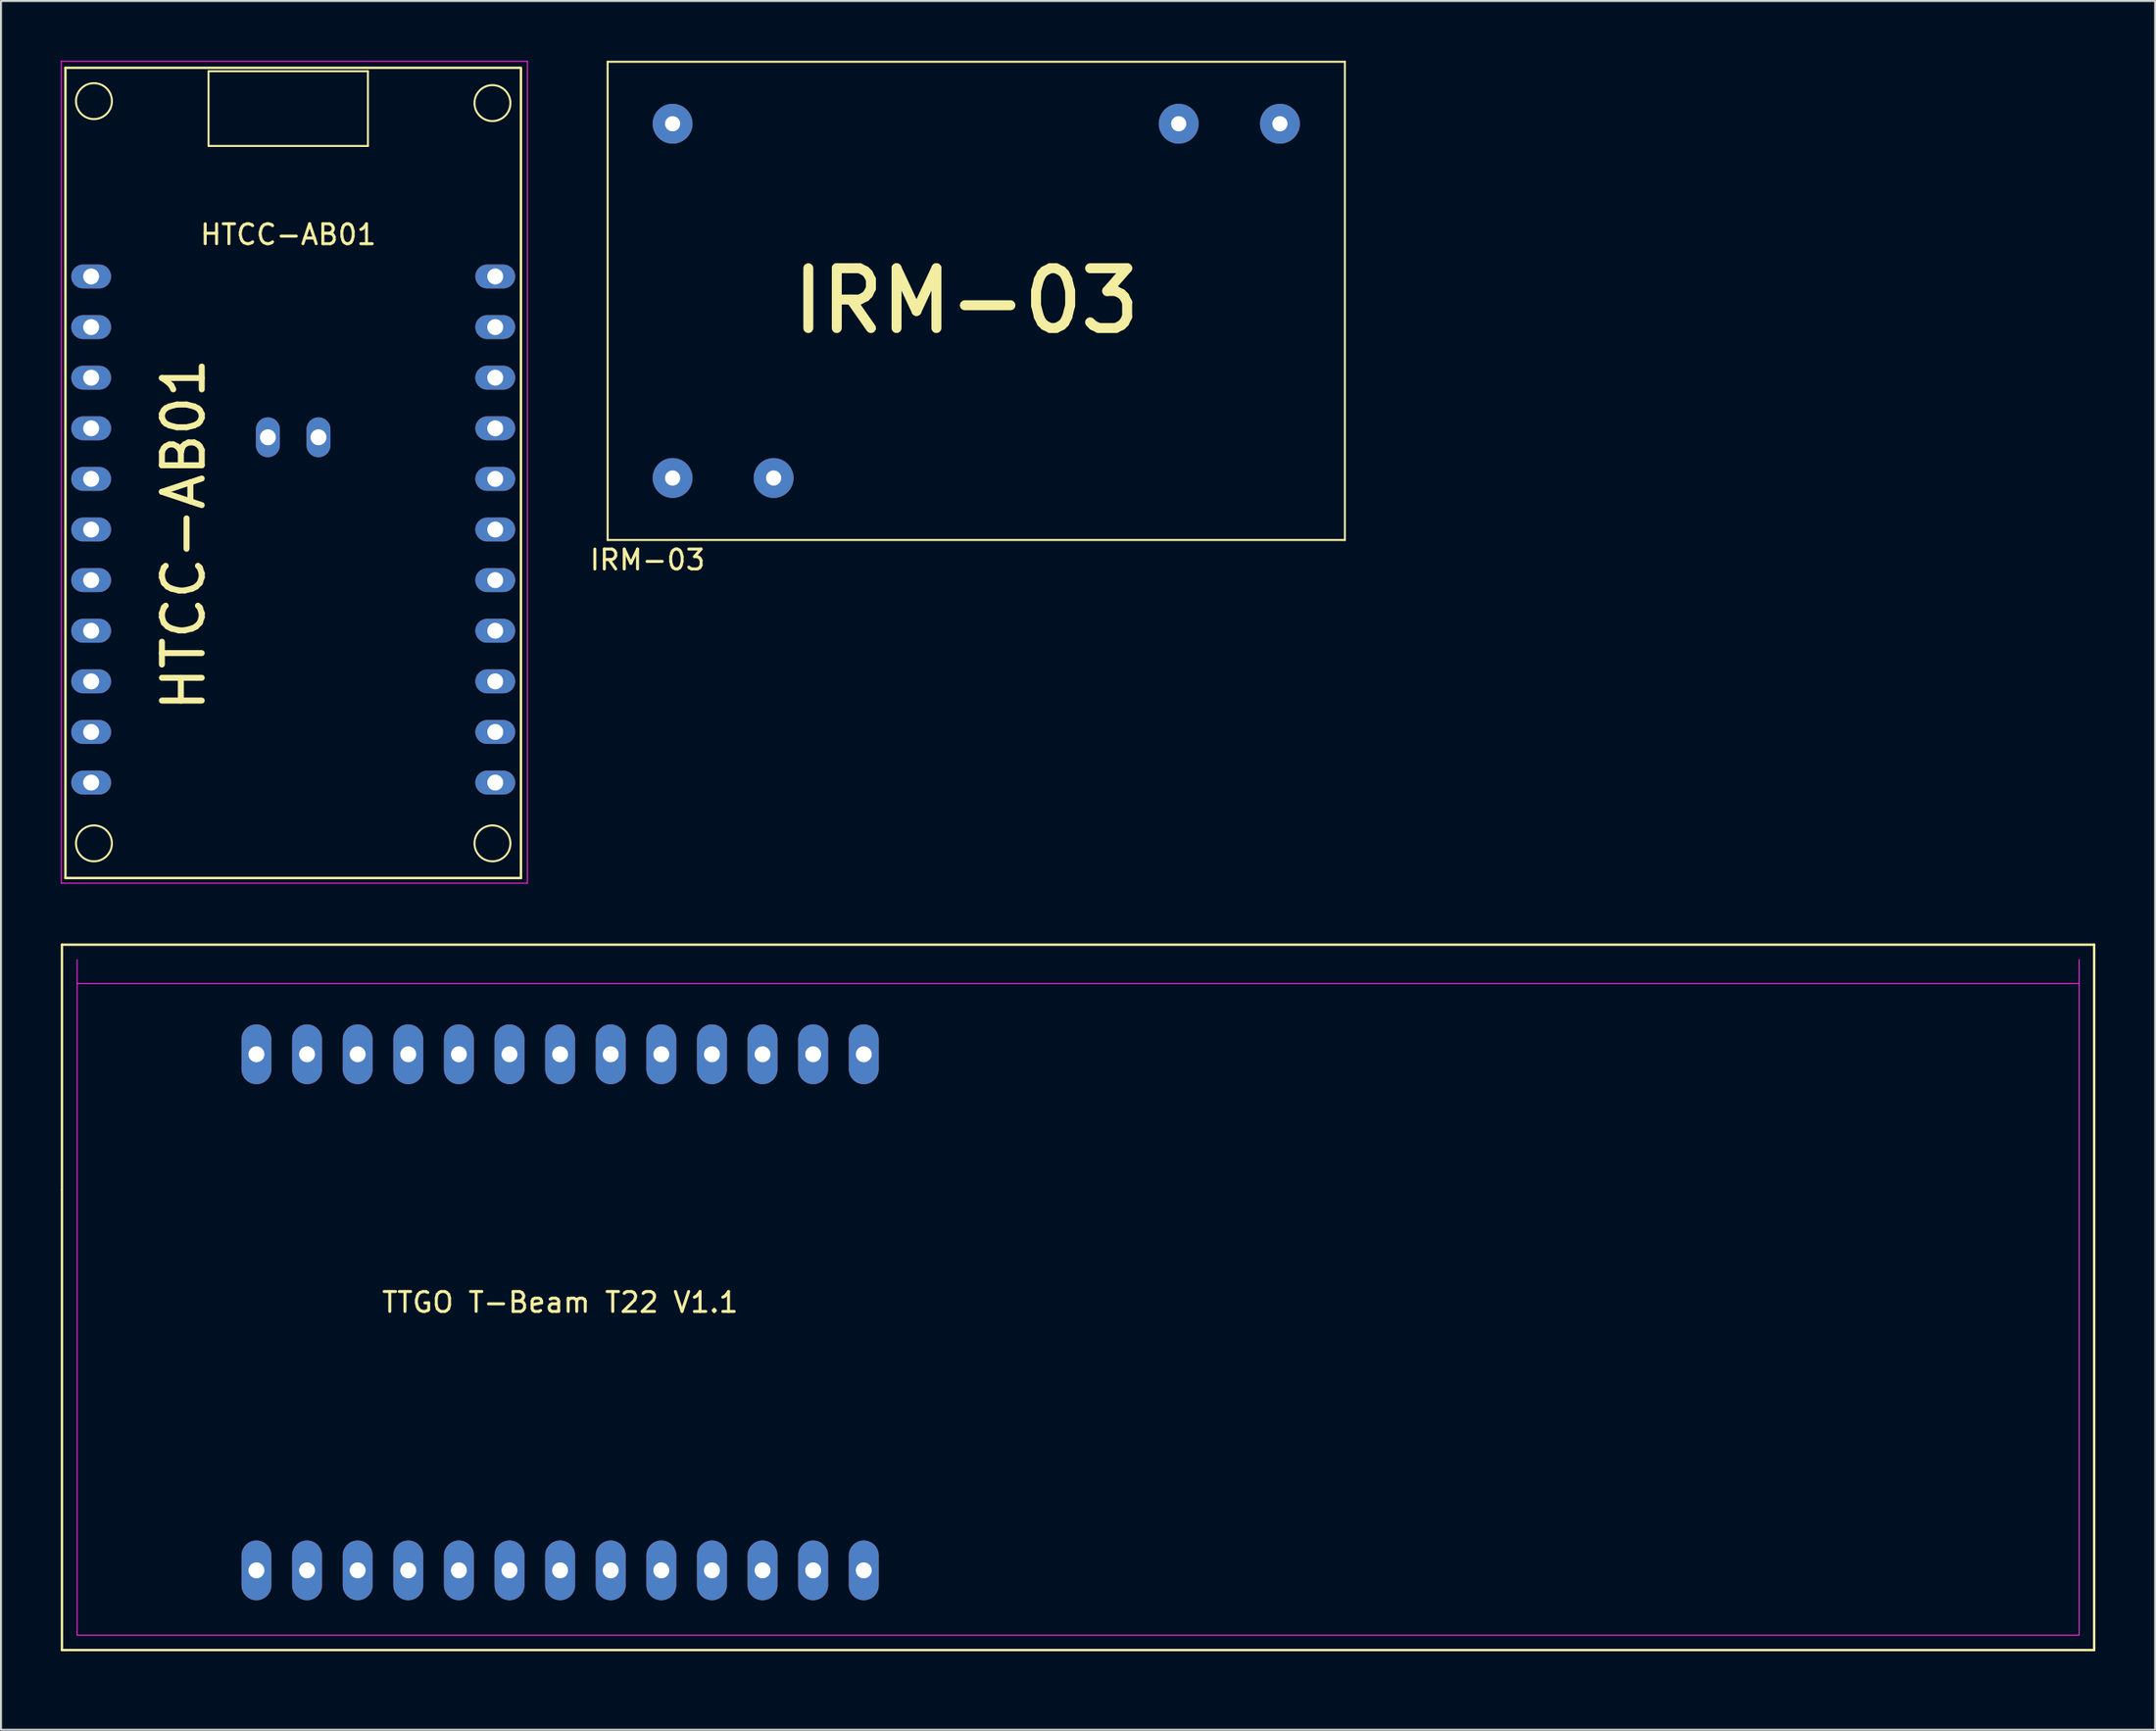
<source format=kicad_pcb>
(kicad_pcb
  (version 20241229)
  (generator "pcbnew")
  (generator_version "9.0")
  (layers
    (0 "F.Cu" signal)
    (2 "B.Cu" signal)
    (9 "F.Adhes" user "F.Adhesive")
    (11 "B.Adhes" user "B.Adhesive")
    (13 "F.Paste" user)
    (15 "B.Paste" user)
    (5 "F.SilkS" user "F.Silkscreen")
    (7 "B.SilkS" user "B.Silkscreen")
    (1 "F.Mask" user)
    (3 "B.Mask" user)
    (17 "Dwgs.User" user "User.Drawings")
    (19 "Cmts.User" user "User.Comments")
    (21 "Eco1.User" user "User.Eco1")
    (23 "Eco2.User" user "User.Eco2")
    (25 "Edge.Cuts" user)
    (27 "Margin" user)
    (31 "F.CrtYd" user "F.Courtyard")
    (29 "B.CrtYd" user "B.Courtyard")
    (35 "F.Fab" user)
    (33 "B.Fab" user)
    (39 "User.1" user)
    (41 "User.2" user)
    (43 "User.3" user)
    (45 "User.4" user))
  (footprint "TTGO T-Beam T22 V1.1"
    (layer "F.Cu")
    (at 0.82 80.51)
    (property "Reference" "TTGO T-Beam T22 V1.1" (at 24.24 -18.2 0) (unlocked yes) (layer "F.SilkS") (effects (font (size 1 1) (thickness 0.15))))
    (attr through_hole)
    (fp_line (start -0.76 -36.15) (end -0.76 -23.85) (stroke (width 0.12) (type default)) (layer "F.SilkS"))
    (fp_line (start -0.76 -23.85) (end -0.76 -0.75) (stroke (width 0.12) (type default)) (layer "F.SilkS"))
    (fp_line (start -0.76 -0.75) (end 101.23 -0.75) (stroke (width 0.12) (type default)) (layer "F.SilkS"))
    (fp_line (start 101.23 -36.15) (end -0.76 -36.15) (stroke (width 0.12) (type default)) (layer "F.SilkS"))
    (fp_line (start 101.23 -0.75) (end 101.23 -36.15) (stroke (width 0.12) (type default)) (layer "F.SilkS"))
    (fp_line (start 0 -1.5) (end 0 -35.4) (stroke (width 0.05) (type default)) (layer "F.CrtYd"))
    (fp_line (start 0 -1.5) (end 100.48 -1.5) (stroke (width 0.05) (type default)) (layer "F.CrtYd"))
    (fp_line (start 100.48 -35.4) (end 100.48 -1.5) (stroke (width 0.05) (type default)) (layer "F.CrtYd"))
    (fp_line (start 100.48 -34.2) (end 0 -34.2) (stroke (width 0.05) (type default)) (layer "F.CrtYd"))
    (pad "1" thru_hole oval (at 9 -30.65) (size 1.5 3) (drill 0.8) (layers "*.Cu" "*.Mask"))
    (pad "2" thru_hole oval (at 11.54 -30.65) (size 1.5 3) (drill 0.8) (layers "*.Cu" "*.Mask"))
    (pad "3" thru_hole oval (at 14.08 -30.65) (size 1.5 3) (drill 0.8) (layers "*.Cu" "*.Mask"))
    (pad "4" thru_hole oval (at 16.62 -30.65) (size 1.5 3) (drill 0.8) (layers "*.Cu" "*.Mask"))
    (pad "5" thru_hole oval (at 19.16 -30.65) (size 1.5 3) (drill 0.8) (layers "*.Cu" "*.Mask"))
    (pad "6" thru_hole oval (at 21.7 -30.65) (size 1.5 3) (drill 0.8) (layers "*.Cu" "*.Mask"))
    (pad "7" thru_hole oval (at 24.24 -30.65) (size 1.5 3) (drill 0.8) (layers "*.Cu" "*.Mask"))
    (pad "8" thru_hole oval (at 26.78 -30.65) (size 1.5 3) (drill 0.8) (layers "*.Cu" "*.Mask"))
    (pad "9" thru_hole oval (at 29.32 -30.65) (size 1.5 3) (drill 0.8) (layers "*.Cu" "*.Mask"))
    (pad "10" thru_hole oval (at 31.86 -30.65) (size 1.5 3) (drill 0.8) (layers "*.Cu" "*.Mask"))
    (pad "11" thru_hole oval (at 34.4 -30.65) (size 1.5 3) (drill 0.8) (layers "*.Cu" "*.Mask"))
    (pad "12" thru_hole oval (at 36.94 -30.65) (size 1.5 3) (drill 0.8) (layers "*.Cu" "*.Mask"))
    (pad "13" thru_hole oval (at 39.48 -30.65) (size 1.5 3) (drill 0.8) (layers "*.Cu" "*.Mask"))
    (pad "14" thru_hole oval (at 39.48 -4.75) (size 1.5 3) (drill 0.8) (layers "*.Cu" "*.Mask"))
    (pad "15" thru_hole oval (at 36.94 -4.75) (size 1.5 3) (drill 0.8) (layers "*.Cu" "*.Mask"))
    (pad "16" thru_hole oval (at 34.4 -4.75) (size 1.5 3) (drill 0.8) (layers "*.Cu" "*.Mask"))
    (pad "17" thru_hole oval (at 31.86 -4.75) (size 1.5 3) (drill 0.8) (layers "*.Cu" "*.Mask"))
    (pad "18" thru_hole oval (at 29.32 -4.75) (size 1.5 3) (drill 0.8) (layers "*.Cu" "*.Mask"))
    (pad "19" thru_hole oval (at 26.78 -4.75) (size 1.5 3) (drill 0.8) (layers "*.Cu" "*.Mask"))
    (pad "20" thru_hole oval (at 24.24 -4.75) (size 1.5 3) (drill 0.8) (layers "*.Cu" "*.Mask"))
    (pad "21" thru_hole oval (at 21.7 -4.75) (size 1.5 3) (drill 0.8) (layers "*.Cu" "*.Mask"))
    (pad "22" thru_hole oval (at 19.16 -4.75) (size 1.5 3) (drill 0.8) (layers "*.Cu" "*.Mask"))
    (pad "23" thru_hole oval (at 16.62 -4.75) (size 1.5 3) (drill 0.8) (layers "*.Cu" "*.Mask"))
    (pad "24" thru_hole oval (at 14.08 -4.75) (size 1.5 3) (drill 0.8) (layers "*.Cu" "*.Mask"))
    (pad "25" thru_hole oval (at 11.54 -4.75) (size 1.5 3) (drill 0.8) (layers "*.Cu" "*.Mask"))
    (pad "26" thru_hole oval (at 9 -4.75) (size 1.5 3) (drill 0.8) (layers "*.Cu" "*.Mask")))
  (footprint "IRM-03"
    (layer "F.Cu")
    (at 27.446 24.05)
    (property "Reference" "IRM-03" (at 2 1 0) (layer "F.SilkS") (effects (font (size 1 1) (thickness 0.15))))
    (attr through_hole)
    (fp_line (start 0 0) (end 0 -24) (stroke (width 0.1) (type solid)) (layer "F.SilkS"))
    (fp_line (start 37 -24) (end 0 -24) (stroke (width 0.1) (type solid)) (layer "F.SilkS"))
    (fp_line (start 37 0) (end 0 0) (stroke (width 0.1) (type solid)) (layer "F.SilkS"))
    (fp_line (start 37 0) (end 37 -24) (stroke (width 0.1) (type solid)) (layer "F.SilkS"))
    (fp_text user "IRM-03" (at 18 -12 0) (layer "F.SilkS") (effects (font (size 3 3) (thickness 0.5))))
    (pad "1" thru_hole circle (at 33.74 -20.89) (size 2 2) (drill 0.762) (layers "*.Cu" "*.Mask"))
    (pad "2" thru_hole circle (at 28.66 -20.89) (size 2 2) (drill 0.762) (layers "*.Cu" "*.Mask"))
    (pad "3" thru_hole circle (at 8.33 -3.11) (size 2 2) (drill 0.762) (layers "*.Cu" "*.Mask"))
    (pad "4" thru_hole circle (at 3.26 -20.89) (size 2 2) (drill 0.762) (layers "*.Cu" "*.Mask"))
    (pad "5" thru_hole circle (at 3.26 -3.11) (size 2 2) (drill 0.762) (layers "*.Cu" "*.Mask")))
  (footprint "HTCC-AB01"
    (layer "F.Cu")
    (at 11.665 23.525)
    (property "Reference" "HTCC-AB01" (at -0.25 -14.8 0) (layer "F.SilkS") (effects (font (size 1 1) (thickness 0.15))))
    (attr through_hole)
    (fp_line (start -11.43 -23.17) (end -11.43 17.49) (stroke (width 0.12) (type solid)) (layer "F.SilkS"))
    (fp_line (start -11.43 17.49) (end 11.43 17.49) (stroke (width 0.12) (type solid)) (layer "F.SilkS"))
    (fp_line (start -4.25 -23) (end -4.25 -19.25) (stroke (width 0.1) (type solid)) (layer "F.SilkS"))
    (fp_line (start -4.25 -19.25) (end 3.75 -19.25) (stroke (width 0.1) (type solid)) (layer "F.SilkS"))
    (fp_line (start 3.75 -23) (end -4.25 -23) (stroke (width 0.1) (type solid)) (layer "F.SilkS"))
    (fp_line (start 3.75 -19.25) (end 3.75 -23) (stroke (width 0.1) (type solid)) (layer "F.SilkS"))
    (fp_line (start 11.39 -23.17) (end -11.43 -23.17) (stroke (width 0.12) (type solid)) (layer "F.SilkS"))
    (fp_line (start 11.43 17.49) (end 11.43 -23.17) (stroke (width 0.12) (type solid)) (layer "F.SilkS"))
    (fp_circle (center -10 -21.5) (end -9.25 -22) (stroke (width 0.1) (type solid)) (fill no) (layer "F.SilkS"))
    (fp_circle (center -10 15.75) (end -9.25 15.25) (stroke (width 0.1) (type solid)) (fill no) (layer "F.SilkS"))
    (fp_circle (center 10 -21.401) (end 10.75 -21.901) (stroke (width 0.1) (type solid)) (fill no) (layer "F.SilkS"))
    (fp_circle (center 10 15.75) (end 10.75 15.25) (stroke (width 0.1) (type solid)) (fill no) (layer "F.SilkS"))
    (fp_line (start -11.64 -23.5) (end 11.75 -23.5) (stroke (width 0.05) (type solid)) (layer "F.CrtYd"))
    (fp_line (start -11.64 17.75) (end -11.64 -23.5) (stroke (width 0.05) (type solid)) (layer "F.CrtYd"))
    (fp_line (start 11.75 -23.5) (end 11.75 17.75) (stroke (width 0.05) (type solid)) (layer "F.CrtYd"))
    (fp_line (start 11.75 17.75) (end -11.64 17.75) (stroke (width 0.05) (type solid)) (layer "F.CrtYd"))
    (fp_text user "HTCC-AB01" (at -5.5 0.25 90) (layer "F.SilkS") (effects (font (size 2 2) (thickness 0.3))))
    (pad "1" thru_hole oval (at -10.14 12.7 270) (size 1.2 2) (drill 0.8) (layers "*.Cu" "*.Mask"))
    (pad "2" thru_hole oval (at -10.14 10.16 270) (size 1.2 2) (drill 0.8) (layers "*.Cu" "*.Mask"))
    (pad "3" thru_hole oval (at -10.14 7.62 270) (size 1.2 2) (drill 0.8) (layers "*.Cu" "*.Mask"))
    (pad "4" thru_hole oval (at -10.14 5.08 270) (size 1.2 2) (drill 0.8) (layers "*.Cu" "*.Mask"))
    (pad "5" thru_hole oval (at -10.14 2.54 270) (size 1.2 2) (drill 0.8) (layers "*.Cu" "*.Mask"))
    (pad "6" thru_hole oval (at -10.14 0 270) (size 1.2 2) (drill 0.8) (layers "*.Cu" "*.Mask"))
    (pad "7" thru_hole oval (at -10.14 -2.54 270) (size 1.2 2) (drill 0.8) (layers "*.Cu" "*.Mask"))
    (pad "8" thru_hole oval (at -10.14 -5.08 270) (size 1.2 2) (drill 0.8) (layers "*.Cu" "*.Mask"))
    (pad "9" thru_hole oval (at -10.14 -7.62 270) (size 1.2 2) (drill 0.8) (layers "*.Cu" "*.Mask"))
    (pad "10" thru_hole oval (at -10.14 -10.16 270) (size 1.2 2) (drill 0.8) (layers "*.Cu" "*.Mask"))
    (pad "11" thru_hole oval (at -10.14 -12.7 270) (size 1.2 2) (drill 0.8) (layers "*.Cu" "*.Mask"))
    (pad "12" thru_hole oval (at 10.14 -12.7 270) (size 1.2 2) (drill 0.8) (layers "*.Cu" "*.Mask"))
    (pad "13" thru_hole oval (at 10.14 -10.16 270) (size 1.2 2) (drill 0.8) (layers "*.Cu" "*.Mask"))
    (pad "14" thru_hole oval (at 10.14 -7.62 270) (size 1.2 2) (drill 0.8) (layers "*.Cu" "*.Mask"))
    (pad "15" thru_hole oval (at 10.14 -5.08 270) (size 1.2 2) (drill 0.8) (layers "*.Cu" "*.Mask"))
    (pad "16" thru_hole oval (at 10.14 -2.54 270) (size 1.2 2) (drill 0.8) (layers "*.Cu" "*.Mask"))
    (pad "17" thru_hole oval (at 10.14 0 270) (size 1.2 2) (drill 0.8) (layers "*.Cu" "*.Mask"))
    (pad "18" thru_hole oval (at 10.14 2.54 270) (size 1.2 2) (drill 0.8) (layers "*.Cu" "*.Mask"))
    (pad "19" thru_hole oval (at 10.14 5.08 270) (size 1.2 2) (drill 0.8) (layers "*.Cu" "*.Mask"))
    (pad "20" thru_hole oval (at 10.14 7.62 270) (size 1.2 2) (drill 0.8) (layers "*.Cu" "*.Mask"))
    (pad "21" thru_hole oval (at 10.14 10.16 270) (size 1.2 2) (drill 0.8) (layers "*.Cu" "*.Mask"))
    (pad "22" thru_hole oval (at 10.14 12.7 270) (size 1.2 2) (drill 0.8) (layers "*.Cu" "*.Mask"))
    (pad "23" thru_hole oval (at -1.27 -4.63) (size 1.2 2) (drill 0.8) (layers "*.Cu" "*.Mask"))
    (pad "24" thru_hole oval (at 1.27 -4.63) (size 1.2 2) (drill 0.8) (layers "*.Cu" "*.Mask")))
  (gr_rect
    (start -3 -3)
    (end 105.11 83.76)
    (stroke (width 0.1) (type default))
    (fill no)
    (layer "Edge.Cuts")))
</source>
